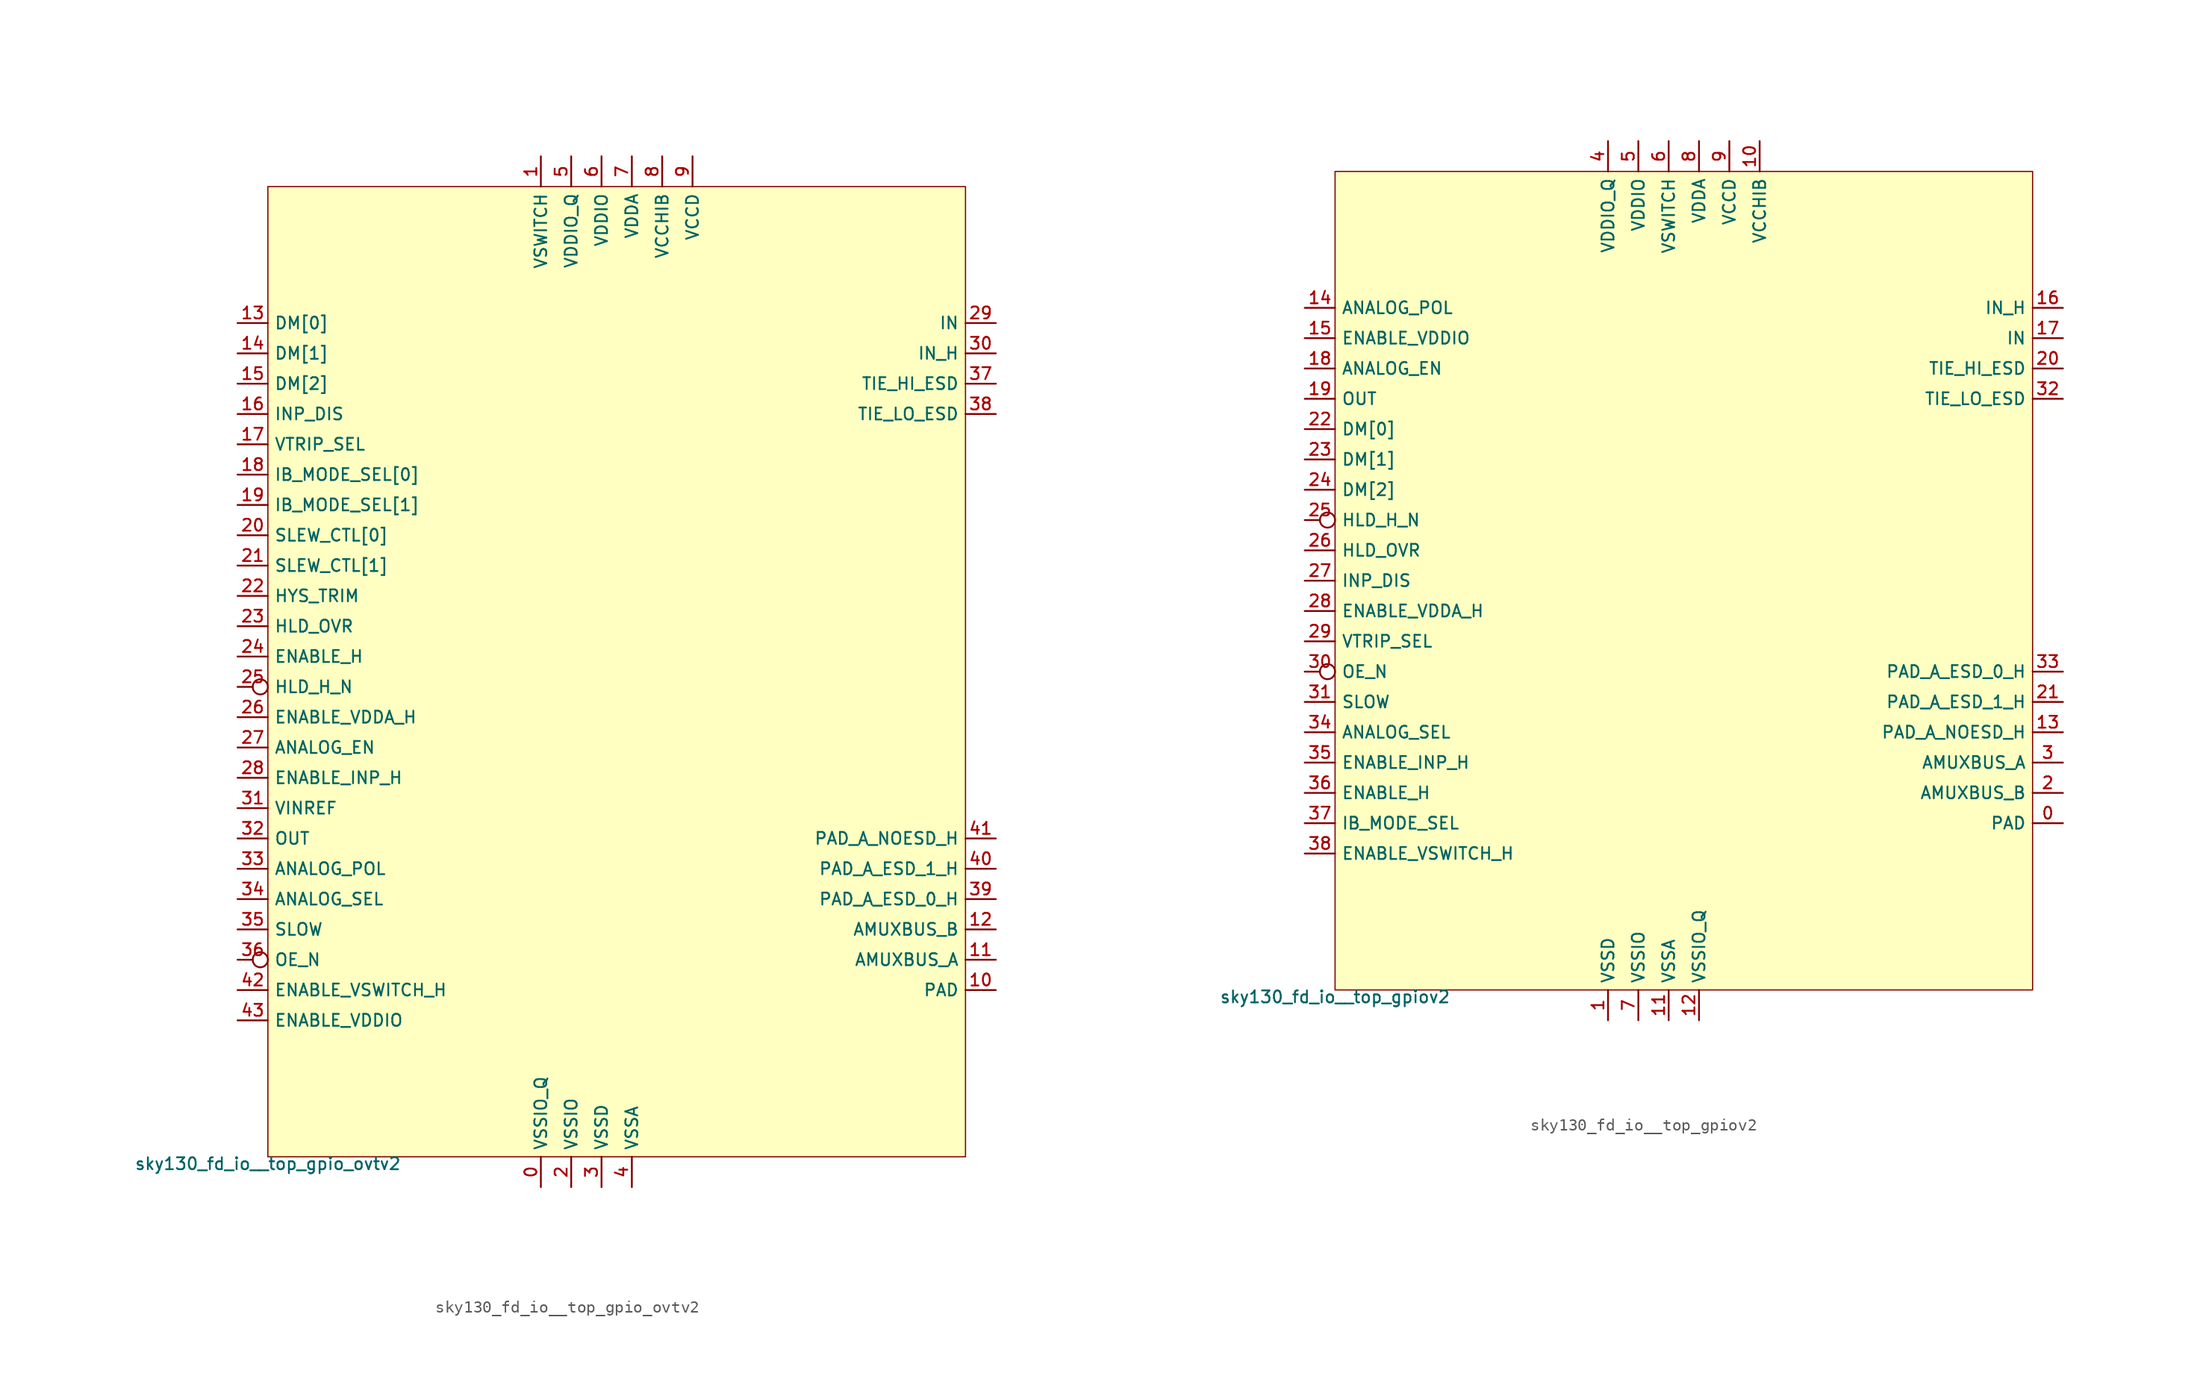
<source format=kicad_sym>
(kicad_symbol_lib
  (version 20211014)
  (generator lef2kicad_sym)
  (symbol "sky130_fd_io__top_gpio_ovtv2"
    (property "Reference" "X"
      (at 0 0 0)
      (effects (font (size 1 1)) hide))
    (property "Value" "sky130_fd_io__top_gpio_ovtv2"
      (at -29.21 -40.64 0)
      (effects (font (size 1 1)) (justify top)))
    (rectangle
      (start -29.21 -40.64)
      (end 29.21 40.64)
      (stroke (width 0.1) (type solid) (color 0 0 0 0))
      (fill (type background)))
    (pin power_in line
      (at -6.35 -43.18 90)
      (length 2.54)
      (name "VSSIO_Q" (effects (font (size 1 1)) hide))
      (number "0" (effects (font (size 1 1)) hide)))
    (pin power_in line
      (at -6.35 43.18 270)
      (length 2.54)
      (name "VSWITCH" (effects (font (size 1 1)) hide))
      (number "1" (effects (font (size 1 1)) hide)))
    (pin power_in line
      (at -3.81 -43.18 90)
      (length 2.54)
      (name "VSSIO" (effects (font (size 1 1)) hide))
      (number "2" (effects (font (size 1 1)) hide)))
    (pin power_in line
      (at -1.27 -43.18 90)
      (length 2.54)
      (name "VSSD" (effects (font (size 1 1)) hide))
      (number "3" (effects (font (size 1 1)) hide)))
    (pin power_in line
      (at 1.27 -43.18 90)
      (length 2.54)
      (name "VSSA" (effects (font (size 1 1)) hide))
      (number "4" (effects (font (size 1 1)) hide)))
    (pin power_in line
      (at -3.81 43.18 270)
      (length 2.54)
      (name "VDDIO_Q" (effects (font (size 1 1)) hide))
      (number "5" (effects (font (size 1 1)) hide)))
    (pin power_in line
      (at -1.27 43.18 270)
      (length 2.54)
      (name "VDDIO" (effects (font (size 1 1)) hide))
      (number "6" (effects (font (size 1 1)) hide)))
    (pin power_in line
      (at 1.27 43.18 270)
      (length 2.54)
      (name "VDDA" (effects (font (size 1 1)) hide))
      (number "7" (effects (font (size 1 1)) hide)))
    (pin power_in line
      (at 3.81 43.18 270)
      (length 2.54)
      (name "VCCHIB" (effects (font (size 1 1)) hide))
      (number "8" (effects (font (size 1 1)) hide)))
    (pin power_in line
      (at 6.35 43.18 270)
      (length 2.54)
      (name "VCCD" (effects (font (size 1 1)) hide))
      (number "9" (effects (font (size 1 1)) hide)))
    (pin bidirectional line
      (at 31.75 -26.67 180)
      (length 2.54)
      (name "PAD" (effects (font (size 1 1)) hide))
      (number "10" (effects (font (size 1 1)) hide)))
    (pin bidirectional line
      (at 31.75 -24.13 180)
      (length 2.54)
      (name "AMUXBUS_A" (effects (font (size 1 1)) hide))
      (number "11" (effects (font (size 1 1)) hide)))
    (pin bidirectional line
      (at 31.75 -21.59 180)
      (length 2.54)
      (name "AMUXBUS_B" (effects (font (size 1 1)) hide))
      (number "12" (effects (font (size 1 1)) hide)))
    (pin input line
      (at -31.75 29.21 0)
      (length 2.54)
      (name "DM[0]" (effects (font (size 1 1)) hide))
      (number "13" (effects (font (size 1 1)) hide)))
    (pin input line
      (at -31.75 26.67 0)
      (length 2.54)
      (name "DM[1]" (effects (font (size 1 1)) hide))
      (number "14" (effects (font (size 1 1)) hide)))
    (pin input line
      (at -31.75 24.13 0)
      (length 2.54)
      (name "DM[2]" (effects (font (size 1 1)) hide))
      (number "15" (effects (font (size 1 1)) hide)))
    (pin input line
      (at -31.75 21.59 0)
      (length 2.54)
      (name "INP_DIS" (effects (font (size 1 1)) hide))
      (number "16" (effects (font (size 1 1)) hide)))
    (pin input line
      (at -31.75 19.05 0)
      (length 2.54)
      (name "VTRIP_SEL" (effects (font (size 1 1)) hide))
      (number "17" (effects (font (size 1 1)) hide)))
    (pin input line
      (at -31.75 16.51 0)
      (length 2.54)
      (name "IB_MODE_SEL[0]" (effects (font (size 1 1)) hide))
      (number "18" (effects (font (size 1 1)) hide)))
    (pin input line
      (at -31.75 13.97 0)
      (length 2.54)
      (name "IB_MODE_SEL[1]" (effects (font (size 1 1)) hide))
      (number "19" (effects (font (size 1 1)) hide)))
    (pin input line
      (at -31.75 11.43 0)
      (length 2.54)
      (name "SLEW_CTL[0]" (effects (font (size 1 1)) hide))
      (number "20" (effects (font (size 1 1)) hide)))
    (pin input line
      (at -31.75 8.89 0)
      (length 2.54)
      (name "SLEW_CTL[1]" (effects (font (size 1 1)) hide))
      (number "21" (effects (font (size 1 1)) hide)))
    (pin input line
      (at -31.75 6.35 0)
      (length 2.54)
      (name "HYS_TRIM" (effects (font (size 1 1)) hide))
      (number "22" (effects (font (size 1 1)) hide)))
    (pin input line
      (at -31.75 3.81 0)
      (length 2.54)
      (name "HLD_OVR" (effects (font (size 1 1)) hide))
      (number "23" (effects (font (size 1 1)) hide)))
    (pin input line
      (at -31.75 1.27 0)
      (length 2.54)
      (name "ENABLE_H" (effects (font (size 1 1)) hide))
      (number "24" (effects (font (size 1 1)) hide)))
    (pin input inverted
      (at -31.75 -1.27 0)
      (length 2.54)
      (name "HLD_H_N" (effects (font (size 1 1)) hide))
      (number "25" (effects (font (size 1 1)) hide)))
    (pin input line
      (at -31.75 -3.81 0)
      (length 2.54)
      (name "ENABLE_VDDA_H" (effects (font (size 1 1)) hide))
      (number "26" (effects (font (size 1 1)) hide)))
    (pin input line
      (at -31.75 -6.35 0)
      (length 2.54)
      (name "ANALOG_EN" (effects (font (size 1 1)) hide))
      (number "27" (effects (font (size 1 1)) hide)))
    (pin input line
      (at -31.75 -8.89 0)
      (length 2.54)
      (name "ENABLE_INP_H" (effects (font (size 1 1)) hide))
      (number "28" (effects (font (size 1 1)) hide)))
    (pin output line
      (at 31.75 29.21 180)
      (length 2.54)
      (name "IN" (effects (font (size 1 1)) hide))
      (number "29" (effects (font (size 1 1)) hide)))
    (pin output line
      (at 31.75 26.67 180)
      (length 2.54)
      (name "IN_H" (effects (font (size 1 1)) hide))
      (number "30" (effects (font (size 1 1)) hide)))
    (pin input line
      (at -31.75 -11.43 0)
      (length 2.54)
      (name "VINREF" (effects (font (size 1 1)) hide))
      (number "31" (effects (font (size 1 1)) hide)))
    (pin input line
      (at -31.75 -13.97 0)
      (length 2.54)
      (name "OUT" (effects (font (size 1 1)) hide))
      (number "32" (effects (font (size 1 1)) hide)))
    (pin input line
      (at -31.75 -16.51 0)
      (length 2.54)
      (name "ANALOG_POL" (effects (font (size 1 1)) hide))
      (number "33" (effects (font (size 1 1)) hide)))
    (pin input line
      (at -31.75 -19.05 0)
      (length 2.54)
      (name "ANALOG_SEL" (effects (font (size 1 1)) hide))
      (number "34" (effects (font (size 1 1)) hide)))
    (pin input line
      (at -31.75 -21.59 0)
      (length 2.54)
      (name "SLOW" (effects (font (size 1 1)) hide))
      (number "35" (effects (font (size 1 1)) hide)))
    (pin input inverted
      (at -31.75 -24.13 0)
      (length 2.54)
      (name "OE_N" (effects (font (size 1 1)) hide))
      (number "36" (effects (font (size 1 1)) hide)))
    (pin output line
      (at 31.75 24.13 180)
      (length 2.54)
      (name "TIE_HI_ESD" (effects (font (size 1 1)) hide))
      (number "37" (effects (font (size 1 1)) hide)))
    (pin output line
      (at 31.75 21.59 180)
      (length 2.54)
      (name "TIE_LO_ESD" (effects (font (size 1 1)) hide))
      (number "38" (effects (font (size 1 1)) hide)))
    (pin bidirectional line
      (at 31.75 -19.05 180)
      (length 2.54)
      (name "PAD_A_ESD_0_H" (effects (font (size 1 1)) hide))
      (number "39" (effects (font (size 1 1)) hide)))
    (pin bidirectional line
      (at 31.75 -16.51 180)
      (length 2.54)
      (name "PAD_A_ESD_1_H" (effects (font (size 1 1)) hide))
      (number "40" (effects (font (size 1 1)) hide)))
    (pin bidirectional line
      (at 31.75 -13.97 180)
      (length 2.54)
      (name "PAD_A_NOESD_H" (effects (font (size 1 1)) hide))
      (number "41" (effects (font (size 1 1)) hide)))
    (pin input line
      (at -31.75 -26.67 0)
      (length 2.54)
      (name "ENABLE_VSWITCH_H" (effects (font (size 1 1)) hide))
      (number "42" (effects (font (size 1 1)) hide)))
    (pin input line
      (at -31.75 -29.21 0)
      (length 2.54)
      (name "ENABLE_VDDIO" (effects (font (size 1 1)) hide))
      (number "43" (effects (font (size 1 1)) hide))))
  (symbol "sky130_fd_io__top_gpiov2"
    (property "Reference" "X"
      (at 0 0 0)
      (effects (font (size 1 1)) hide))
    (property "Value" "sky130_fd_io__top_gpiov2"
      (at -29.21 -34.29 0)
      (effects (font (size 1 1)) (justify top)))
    (rectangle
      (start -29.21 -34.29)
      (end 29.21 34.29)
      (stroke (width 0.1) (type solid) (color 0 0 0 0))
      (fill (type background)))
    (pin bidirectional line
      (at 31.75 -20.32 180)
      (length 2.54)
      (name "PAD" (effects (font (size 1 1)) hide))
      (number "0" (effects (font (size 1 1)) hide)))
    (pin power_in line
      (at -6.35 -36.83 90)
      (length 2.54)
      (name "VSSD" (effects (font (size 1 1)) hide))
      (number "1" (effects (font (size 1 1)) hide)))
    (pin bidirectional line
      (at 31.75 -17.78 180)
      (length 2.54)
      (name "AMUXBUS_B" (effects (font (size 1 1)) hide))
      (number "2" (effects (font (size 1 1)) hide)))
    (pin bidirectional line
      (at 31.75 -15.24 180)
      (length 2.54)
      (name "AMUXBUS_A" (effects (font (size 1 1)) hide))
      (number "3" (effects (font (size 1 1)) hide)))
    (pin power_in line
      (at -6.35 36.83 270)
      (length 2.54)
      (name "VDDIO_Q" (effects (font (size 1 1)) hide))
      (number "4" (effects (font (size 1 1)) hide)))
    (pin power_in line
      (at -3.81 36.83 270)
      (length 2.54)
      (name "VDDIO" (effects (font (size 1 1)) hide))
      (number "5" (effects (font (size 1 1)) hide)))
    (pin power_in line
      (at -1.27 36.83 270)
      (length 2.54)
      (name "VSWITCH" (effects (font (size 1 1)) hide))
      (number "6" (effects (font (size 1 1)) hide)))
    (pin power_in line
      (at -3.81 -36.83 90)
      (length 2.54)
      (name "VSSIO" (effects (font (size 1 1)) hide))
      (number "7" (effects (font (size 1 1)) hide)))
    (pin power_in line
      (at 1.27 36.83 270)
      (length 2.54)
      (name "VDDA" (effects (font (size 1 1)) hide))
      (number "8" (effects (font (size 1 1)) hide)))
    (pin power_in line
      (at 3.81 36.83 270)
      (length 2.54)
      (name "VCCD" (effects (font (size 1 1)) hide))
      (number "9" (effects (font (size 1 1)) hide)))
    (pin power_in line
      (at 6.35 36.83 270)
      (length 2.54)
      (name "VCCHIB" (effects (font (size 1 1)) hide))
      (number "10" (effects (font (size 1 1)) hide)))
    (pin power_in line
      (at -1.27 -36.83 90)
      (length 2.54)
      (name "VSSA" (effects (font (size 1 1)) hide))
      (number "11" (effects (font (size 1 1)) hide)))
    (pin power_in line
      (at 1.27 -36.83 90)
      (length 2.54)
      (name "VSSIO_Q" (effects (font (size 1 1)) hide))
      (number "12" (effects (font (size 1 1)) hide)))
    (pin bidirectional line
      (at 31.75 -12.7 180)
      (length 2.54)
      (name "PAD_A_NOESD_H" (effects (font (size 1 1)) hide))
      (number "13" (effects (font (size 1 1)) hide)))
    (pin input line
      (at -31.75 22.86 0)
      (length 2.54)
      (name "ANALOG_POL" (effects (font (size 1 1)) hide))
      (number "14" (effects (font (size 1 1)) hide)))
    (pin input line
      (at -31.75 20.32 0)
      (length 2.54)
      (name "ENABLE_VDDIO" (effects (font (size 1 1)) hide))
      (number "15" (effects (font (size 1 1)) hide)))
    (pin output line
      (at 31.75 22.86 180)
      (length 2.54)
      (name "IN_H" (effects (font (size 1 1)) hide))
      (number "16" (effects (font (size 1 1)) hide)))
    (pin output line
      (at 31.75 20.32 180)
      (length 2.54)
      (name "IN" (effects (font (size 1 1)) hide))
      (number "17" (effects (font (size 1 1)) hide)))
    (pin input line
      (at -31.75 17.78 0)
      (length 2.54)
      (name "ANALOG_EN" (effects (font (size 1 1)) hide))
      (number "18" (effects (font (size 1 1)) hide)))
    (pin input line
      (at -31.75 15.24 0)
      (length 2.54)
      (name "OUT" (effects (font (size 1 1)) hide))
      (number "19" (effects (font (size 1 1)) hide)))
    (pin output line
      (at 31.75 17.78 180)
      (length 2.54)
      (name "TIE_HI_ESD" (effects (font (size 1 1)) hide))
      (number "20" (effects (font (size 1 1)) hide)))
    (pin bidirectional line
      (at 31.75 -10.16 180)
      (length 2.54)
      (name "PAD_A_ESD_1_H" (effects (font (size 1 1)) hide))
      (number "21" (effects (font (size 1 1)) hide)))
    (pin input line
      (at -31.75 12.7 0)
      (length 2.54)
      (name "DM[0]" (effects (font (size 1 1)) hide))
      (number "22" (effects (font (size 1 1)) hide)))
    (pin input line
      (at -31.75 10.16 0)
      (length 2.54)
      (name "DM[1]" (effects (font (size 1 1)) hide))
      (number "23" (effects (font (size 1 1)) hide)))
    (pin input line
      (at -31.75 7.62 0)
      (length 2.54)
      (name "DM[2]" (effects (font (size 1 1)) hide))
      (number "24" (effects (font (size 1 1)) hide)))
    (pin input inverted
      (at -31.75 5.08 0)
      (length 2.54)
      (name "HLD_H_N" (effects (font (size 1 1)) hide))
      (number "25" (effects (font (size 1 1)) hide)))
    (pin input line
      (at -31.75 2.54 0)
      (length 2.54)
      (name "HLD_OVR" (effects (font (size 1 1)) hide))
      (number "26" (effects (font (size 1 1)) hide)))
    (pin input line
      (at -31.75 0.0 0)
      (length 2.54)
      (name "INP_DIS" (effects (font (size 1 1)) hide))
      (number "27" (effects (font (size 1 1)) hide)))
    (pin input line
      (at -31.75 -2.54 0)
      (length 2.54)
      (name "ENABLE_VDDA_H" (effects (font (size 1 1)) hide))
      (number "28" (effects (font (size 1 1)) hide)))
    (pin input line
      (at -31.75 -5.08 0)
      (length 2.54)
      (name "VTRIP_SEL" (effects (font (size 1 1)) hide))
      (number "29" (effects (font (size 1 1)) hide)))
    (pin input inverted
      (at -31.75 -7.62 0)
      (length 2.54)
      (name "OE_N" (effects (font (size 1 1)) hide))
      (number "30" (effects (font (size 1 1)) hide)))
    (pin input line
      (at -31.75 -10.16 0)
      (length 2.54)
      (name "SLOW" (effects (font (size 1 1)) hide))
      (number "31" (effects (font (size 1 1)) hide)))
    (pin output line
      (at 31.75 15.24 180)
      (length 2.54)
      (name "TIE_LO_ESD" (effects (font (size 1 1)) hide))
      (number "32" (effects (font (size 1 1)) hide)))
    (pin bidirectional line
      (at 31.75 -7.62 180)
      (length 2.54)
      (name "PAD_A_ESD_0_H" (effects (font (size 1 1)) hide))
      (number "33" (effects (font (size 1 1)) hide)))
    (pin input line
      (at -31.75 -12.7 0)
      (length 2.54)
      (name "ANALOG_SEL" (effects (font (size 1 1)) hide))
      (number "34" (effects (font (size 1 1)) hide)))
    (pin input line
      (at -31.75 -15.24 0)
      (length 2.54)
      (name "ENABLE_INP_H" (effects (font (size 1 1)) hide))
      (number "35" (effects (font (size 1 1)) hide)))
    (pin input line
      (at -31.75 -17.78 0)
      (length 2.54)
      (name "ENABLE_H" (effects (font (size 1 1)) hide))
      (number "36" (effects (font (size 1 1)) hide)))
    (pin input line
      (at -31.75 -20.32 0)
      (length 2.54)
      (name "IB_MODE_SEL" (effects (font (size 1 1)) hide))
      (number "37" (effects (font (size 1 1)) hide)))
    (pin input line
      (at -31.75 -22.86 0)
      (length 2.54)
      (name "ENABLE_VSWITCH_H" (effects (font (size 1 1)) hide))
      (number "38" (effects (font (size 1 1)) hide)))))
</source>
